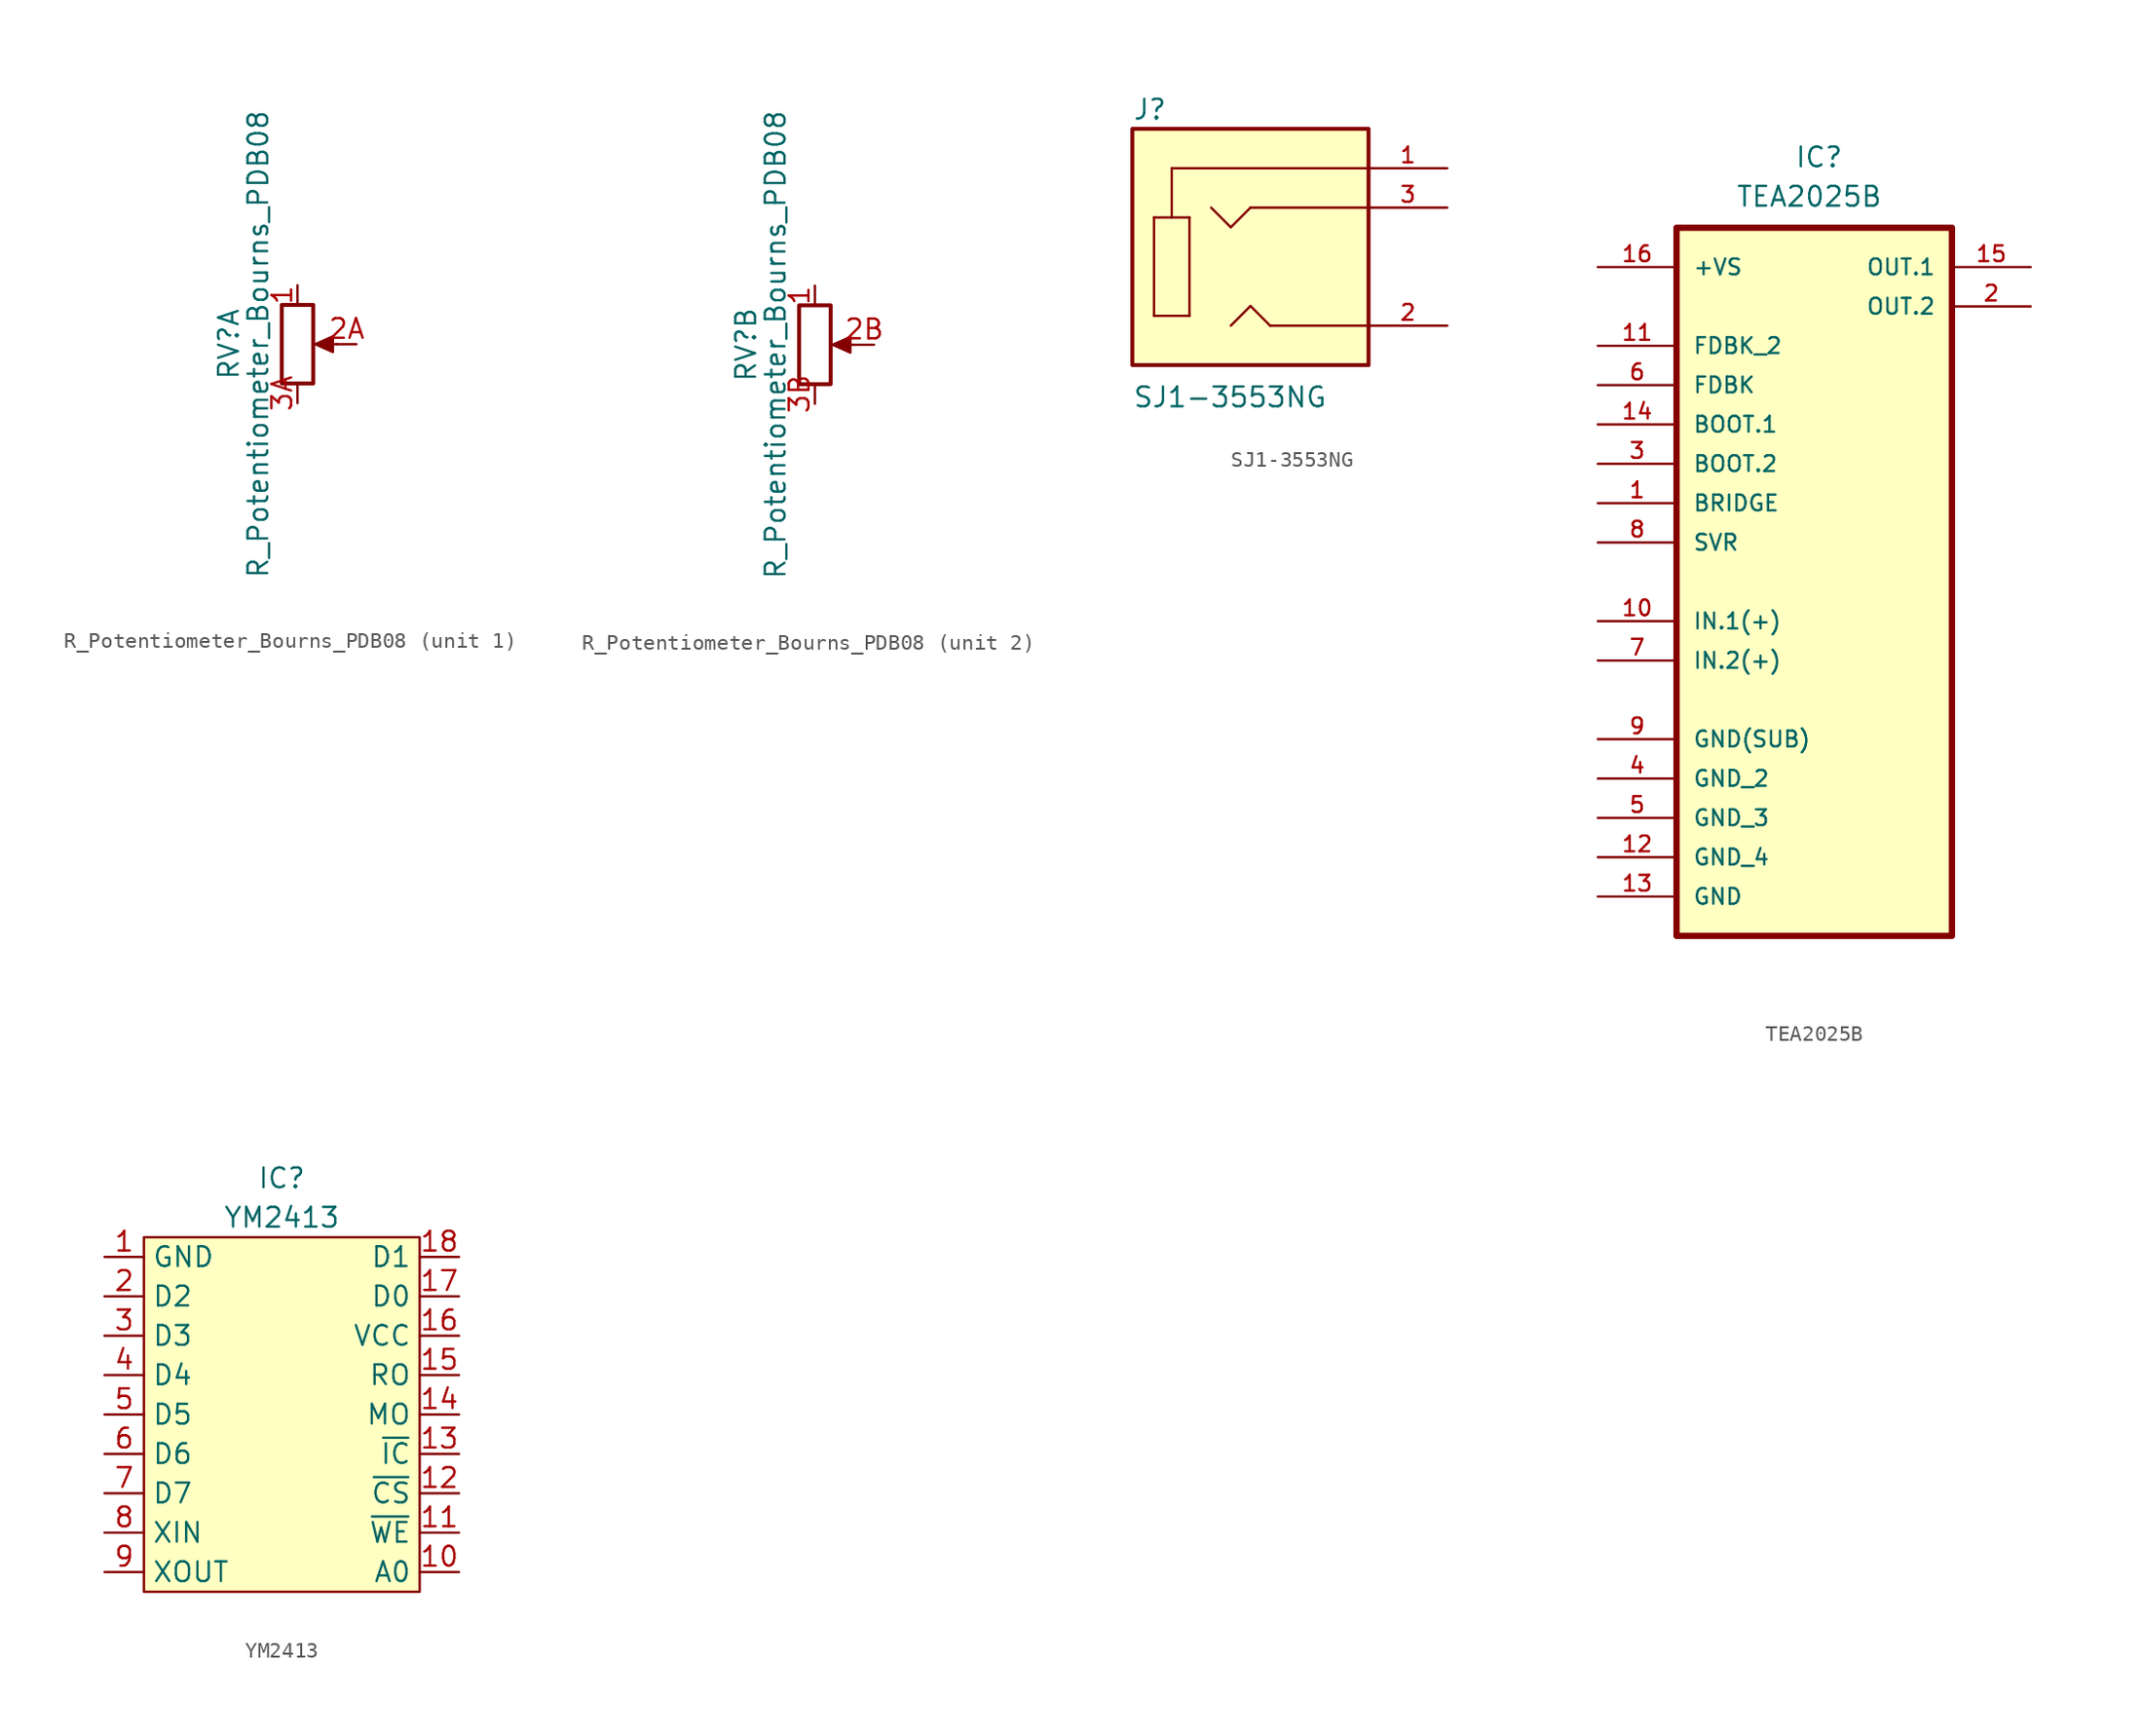
<source format=kicad_sym>
(kicad_symbol_lib
  (version 20211014)
  (generator kicad_symbol_editor)
  (symbol "R_Potentiometer_Bourns_PDB08"
    (pin_names
      (offset 1.016) hide)
    (property "Reference" "RV"
      (at -4.445 0 90)
      (effects (font (size 1.27 1.27))))
    (property "Value" "R_Potentiometer_Bourns_PDB08"
      (at -2.54 0 90)
      (effects (font (size 1.27 1.27))))
    (symbol "R_Potentiometer_Bourns_PDB08_0_1"
      (polyline (pts (xy 2.54 0) (xy 1.524 0)) (stroke (width 0) (type default) (color 0 0 0 0)) (fill (type none)))
      (polyline (pts (xy 1.143 0) (xy 2.286 0.508) (xy 2.286 -0.508) (xy 1.143 0)) (stroke (width 0) (type default) (color 0 0 0 0)) (fill (type outline)))
      (rectangle (start 1.016 2.54) (end -1.016 -2.54) (stroke (width 0.254) (type default) (color 0 0 0 0)) (fill (type none))))
    (symbol "R_Potentiometer_Bourns_PDB08_1_1"
      (pin passive line (at 0 3.81 270) (length 1.27) (name "1" (effects (font (size 1.27 1.27)))) (number "1" (effects (font (size 1.27 1.27)))))
      (pin passive line (at 3.81 0 180) (length 1.27) (name "2A" (effects (font (size 1.27 1.27)))) (number "2A" (effects (font (size 1.27 1.27)))))
      (pin passive line (at 0 -3.81 90) (length 1.27) (name "3A" (effects (font (size 1.27 1.27)))) (number "3A" (effects (font (size 1.27 1.27))))))
    (symbol "R_Potentiometer_Bourns_PDB08_2_1"
      (pin passive line (at 0 3.81 270) (length 1.27) (name "1" (effects (font (size 1.27 1.27)))) (number "1" (effects (font (size 1.27 1.27)))))
      (pin passive line (at 3.81 0 180) (length 1.27) (name "2B" (effects (font (size 1.27 1.27)))) (number "2B" (effects (font (size 1.27 1.27)))))
      (pin passive line (at 0 -3.81 90) (length 1.27) (name "3B" (effects (font (size 1.27 1.27)))) (number "3B" (effects (font (size 1.27 1.27)))))))
  (symbol "SJ1-3553NG"
    (pin_names
      (offset 1.016) hide)
    (property "Reference" "J"
      (at -7.62 8.128 0)
      (effects (font (size 1.27 1.27)) (justify left bottom)))
    (property "Value" "SJ1-3553NG"
      (at -7.62 -10.439 0)
      (effects (font (size 1.27 1.27)) (justify left bottom)))
    (symbol "SJ1-3553NG_0_0"
      (rectangle (start -7.62 -7.62) (end 7.62 7.62) (stroke (width 0.254) (type default) (color 0 0 0 0)) (fill (type background)))
      (polyline (pts (xy -6.223 -4.445) (xy -6.223 1.905)) (stroke (width 0.152) (type default) (color 0 0 0 0)) (fill (type none)))
      (polyline (pts (xy -6.223 1.905) (xy -5.08 1.905)) (stroke (width 0.152) (type default) (color 0 0 0 0)) (fill (type none)))
      (polyline (pts (xy -5.08 1.905) (xy -3.937 1.905)) (stroke (width 0.152) (type default) (color 0 0 0 0)) (fill (type none)))
      (polyline (pts (xy -5.08 5.08) (xy -5.08 1.905)) (stroke (width 0.152) (type default) (color 0 0 0 0)) (fill (type none)))
      (polyline (pts (xy -3.937 -4.445) (xy -6.223 -4.445)) (stroke (width 0.152) (type default) (color 0 0 0 0)) (fill (type none)))
      (polyline (pts (xy -3.937 1.905) (xy -3.937 -4.445)) (stroke (width 0.152) (type default) (color 0 0 0 0)) (fill (type none)))
      (polyline (pts (xy -1.27 1.27) (xy -2.54 2.54)) (stroke (width 0.152) (type default) (color 0 0 0 0)) (fill (type none)))
      (polyline (pts (xy 0 -3.81) (xy -1.27 -5.08)) (stroke (width 0.152) (type default) (color 0 0 0 0)) (fill (type none)))
      (polyline (pts (xy 0 2.54) (xy -1.27 1.27)) (stroke (width 0.152) (type default) (color 0 0 0 0)) (fill (type none)))
      (polyline (pts (xy 1.27 -5.08) (xy 0 -3.81)) (stroke (width 0.152) (type default) (color 0 0 0 0)) (fill (type none)))
      (polyline (pts (xy 7.62 -5.08) (xy 1.27 -5.08)) (stroke (width 0.152) (type default) (color 0 0 0 0)) (fill (type none)))
      (polyline (pts (xy 7.62 2.54) (xy 0 2.54)) (stroke (width 0.152) (type default) (color 0 0 0 0)) (fill (type none)))
      (polyline (pts (xy 7.62 5.08) (xy -5.08 5.08)) (stroke (width 0.152) (type default) (color 0 0 0 0)) (fill (type none)))
      (pin passive line (at 12.7 5.08 180) (length 5.08) (name "~" (effects (font (size 1.016 1.016)))) (number "1" (effects (font (size 1.016 1.016)))))
      (pin passive line (at 12.7 -5.08 180) (length 5.08) (name "~" (effects (font (size 1.016 1.016)))) (number "2" (effects (font (size 1.016 1.016)))))
      (pin passive line (at 12.7 2.54 180) (length 5.08) (name "~" (effects (font (size 1.016 1.016)))) (number "3" (effects (font (size 1.016 1.016)))))))
  (symbol "TEA2025B"
    (pin_names
      (offset 1.016))
    (property "Reference" "IC"
      (at -1.27 21.59 0)
      (effects (font (size 1.27 1.27)) (justify left bottom)))
    (property "Value" "TEA2025B"
      (at -5.08 19.05 0)
      (effects (font (size 1.27 1.27)) (justify left bottom)))
    (symbol "TEA2025B_0_0"
      (rectangle (start -8.89 17.78) (end 8.89 -27.94) (stroke (width 0.406) (type default) (color 0 0 0 0)) (fill (type background)))
      (pin passive line (at -13.97 0 0) (length 5.08) (name "BRIDGE" (effects (font (size 1.016 1.016)))) (number "1" (effects (font (size 1.016 1.016)))))
      (pin input line (at -13.97 -7.62 0) (length 5.08) (name "IN.1(+)" (effects (font (size 1.016 1.016)))) (number "10" (effects (font (size 1.016 1.016)))))
      (pin input line (at -13.97 10.16 0) (length 5.08) (name "FDBK_2" (effects (font (size 1.016 1.016)))) (number "11" (effects (font (size 1.016 1.016)))))
      (pin passive line (at -13.97 -22.86 0) (length 5.08) (name "GND_4" (effects (font (size 1.016 1.016)))) (number "12" (effects (font (size 1.016 1.016)))))
      (pin passive line (at -13.97 -25.4 0) (length 5.08) (name "GND" (effects (font (size 1.016 1.016)))) (number "13" (effects (font (size 1.016 1.016)))))
      (pin passive line (at -13.97 5.08 0) (length 5.08) (name "BOOT.1" (effects (font (size 1.016 1.016)))) (number "14" (effects (font (size 1.016 1.016)))))
      (pin output line (at 13.97 15.24 180) (length 5.08) (name "OUT.1" (effects (font (size 1.016 1.016)))) (number "15" (effects (font (size 1.016 1.016)))))
      (pin power_in line (at -13.97 15.24 0) (length 5.08) (name "+VS" (effects (font (size 1.016 1.016)))) (number "16" (effects (font (size 1.016 1.016)))))
      (pin output line (at 13.97 12.7 180) (length 5.08) (name "OUT.2" (effects (font (size 1.016 1.016)))) (number "2" (effects (font (size 1.016 1.016)))))
      (pin passive line (at -13.97 2.54 0) (length 5.08) (name "BOOT.2" (effects (font (size 1.016 1.016)))) (number "3" (effects (font (size 1.016 1.016)))))
      (pin passive line (at -13.97 -17.78 0) (length 5.08) (name "GND_2" (effects (font (size 1.016 1.016)))) (number "4" (effects (font (size 1.016 1.016)))))
      (pin passive line (at -13.97 -20.32 0) (length 5.08) (name "GND_3" (effects (font (size 1.016 1.016)))) (number "5" (effects (font (size 1.016 1.016)))))
      (pin input line (at -13.97 7.62 0) (length 5.08) (name "FDBK" (effects (font (size 1.016 1.016)))) (number "6" (effects (font (size 1.016 1.016)))))
      (pin input line (at -13.97 -10.16 0) (length 5.08) (name "IN.2(+)" (effects (font (size 1.016 1.016)))) (number "7" (effects (font (size 1.016 1.016)))))
      (pin passive line (at -13.97 -2.54 0) (length 5.08) (name "SVR" (effects (font (size 1.016 1.016)))) (number "8" (effects (font (size 1.016 1.016)))))
      (pin passive line (at -13.97 -15.24 0) (length 5.08) (name "GND(SUB)" (effects (font (size 1.016 1.016)))) (number "9" (effects (font (size 1.016 1.016)))))))
  (symbol "YM2413"
    (property "Reference" "IC"
      (at 0 0 0)
      (effects (font (size 1.27 1.27))))
    (property "Value" "YM2413"
      (at 0 -2.54 0)
      (effects (font (size 1.27 1.27))))
    (symbol "YM2413_0_1"
      (rectangle (start -8.89 -3.81) (end 8.89 -26.67) (stroke (width 0.152) (type default) (color 0 0 0 0)) (fill (type background))))
    (symbol "YM2413_1_1"
      (pin power_in line (at -11.43 -5.08 0) (length 2.54) (name "GND" (effects (font (size 1.27 1.27)))) (number "1" (effects (font (size 1.27 1.27)))))
      (pin input line (at 11.43 -25.4 180) (length 2.54) (name "A0" (effects (font (size 1.27 1.27)))) (number "10" (effects (font (size 1.27 1.27)))))
      (pin input line (at 11.43 -22.86 180) (length 2.54) (name "~{WE}" (effects (font (size 1.27 1.27)))) (number "11" (effects (font (size 1.27 1.27)))))
      (pin input line (at 11.43 -20.32 180) (length 2.54) (name "~{CS}" (effects (font (size 1.27 1.27)))) (number "12" (effects (font (size 1.27 1.27)))))
      (pin input line (at 11.43 -17.78 180) (length 2.54) (name "~{IC}" (effects (font (size 1.27 1.27)))) (number "13" (effects (font (size 1.27 1.27)))))
      (pin output line (at 11.43 -15.24 180) (length 2.54) (name "MO" (effects (font (size 1.27 1.27)))) (number "14" (effects (font (size 1.27 1.27)))))
      (pin output line (at 11.43 -12.7 180) (length 2.54) (name "RO" (effects (font (size 1.27 1.27)))) (number "15" (effects (font (size 1.27 1.27)))))
      (pin power_in line (at 11.43 -10.16 180) (length 2.54) (name "VCC" (effects (font (size 1.27 1.27)))) (number "16" (effects (font (size 1.27 1.27)))))
      (pin input line (at 11.43 -7.62 180) (length 2.54) (name "D0" (effects (font (size 1.27 1.27)))) (number "17" (effects (font (size 1.27 1.27)))))
      (pin input line (at 11.43 -5.08 180) (length 2.54) (name "D1" (effects (font (size 1.27 1.27)))) (number "18" (effects (font (size 1.27 1.27)))))
      (pin input line (at -11.43 -7.62 0) (length 2.54) (name "D2" (effects (font (size 1.27 1.27)))) (number "2" (effects (font (size 1.27 1.27)))))
      (pin input line (at -11.43 -10.16 0) (length 2.54) (name "D3" (effects (font (size 1.27 1.27)))) (number "3" (effects (font (size 1.27 1.27)))))
      (pin input line (at -11.43 -12.7 0) (length 2.54) (name "D4" (effects (font (size 1.27 1.27)))) (number "4" (effects (font (size 1.27 1.27)))))
      (pin input line (at -11.43 -15.24 0) (length 2.54) (name "D5" (effects (font (size 1.27 1.27)))) (number "5" (effects (font (size 1.27 1.27)))))
      (pin input line (at -11.43 -17.78 0) (length 2.54) (name "D6" (effects (font (size 1.27 1.27)))) (number "6" (effects (font (size 1.27 1.27)))))
      (pin input line (at -11.43 -20.32 0) (length 2.54) (name "D7" (effects (font (size 1.27 1.27)))) (number "7" (effects (font (size 1.27 1.27)))))
      (pin input line (at -11.43 -22.86 0) (length 2.54) (name "XIN" (effects (font (size 1.27 1.27)))) (number "8" (effects (font (size 1.27 1.27)))))
      (pin output line (at -11.43 -25.4 0) (length 2.54) (name "XOUT" (effects (font (size 1.27 1.27)))) (number "9" (effects (font (size 1.27 1.27))))))))
</source>
